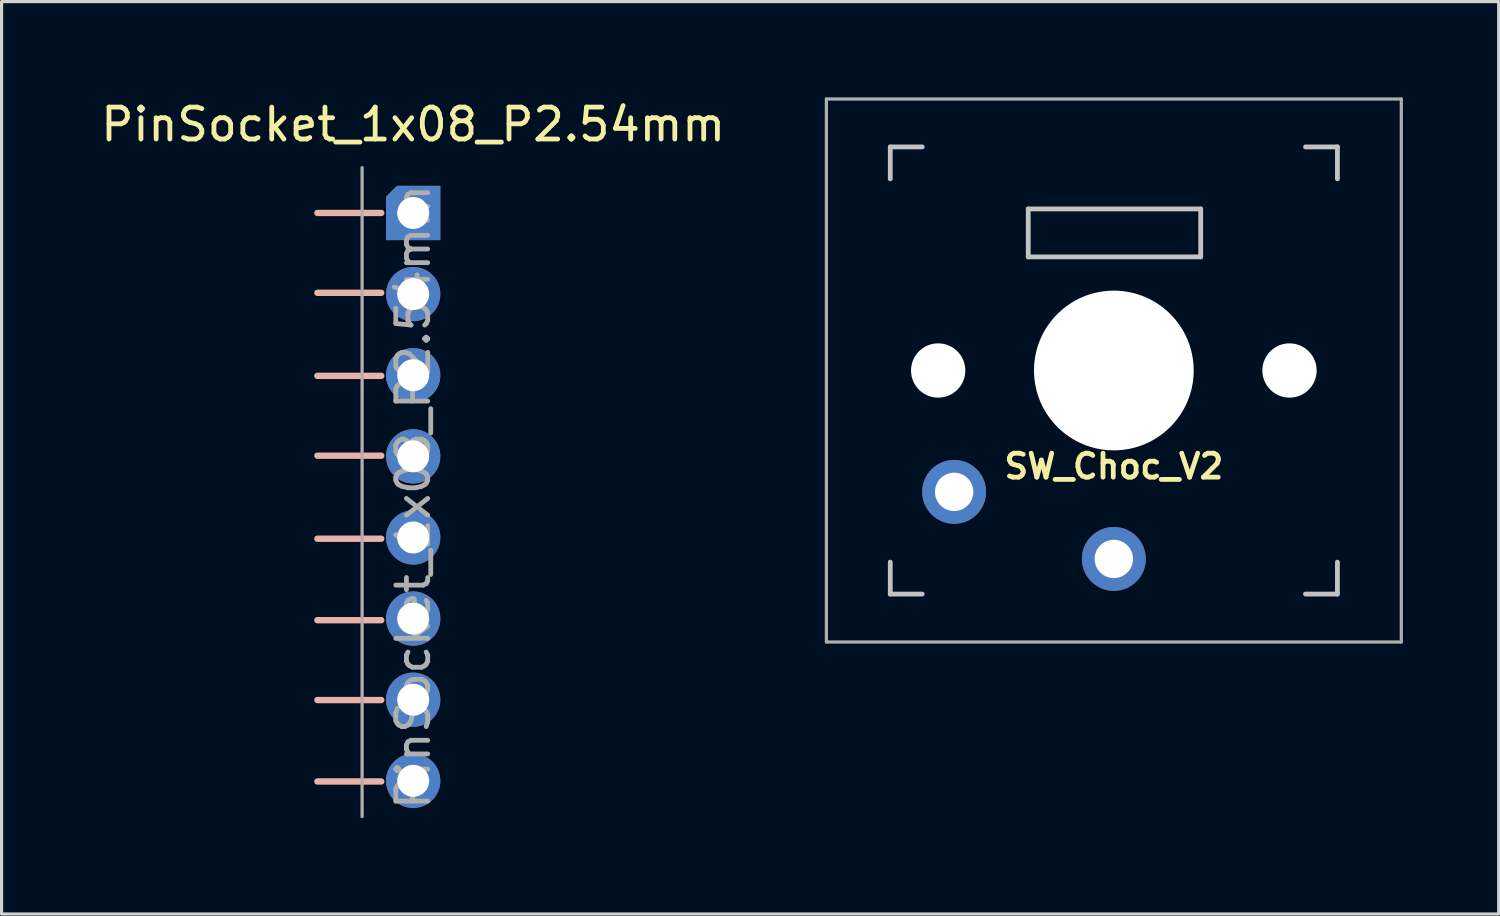
<source format=kicad_pcb>
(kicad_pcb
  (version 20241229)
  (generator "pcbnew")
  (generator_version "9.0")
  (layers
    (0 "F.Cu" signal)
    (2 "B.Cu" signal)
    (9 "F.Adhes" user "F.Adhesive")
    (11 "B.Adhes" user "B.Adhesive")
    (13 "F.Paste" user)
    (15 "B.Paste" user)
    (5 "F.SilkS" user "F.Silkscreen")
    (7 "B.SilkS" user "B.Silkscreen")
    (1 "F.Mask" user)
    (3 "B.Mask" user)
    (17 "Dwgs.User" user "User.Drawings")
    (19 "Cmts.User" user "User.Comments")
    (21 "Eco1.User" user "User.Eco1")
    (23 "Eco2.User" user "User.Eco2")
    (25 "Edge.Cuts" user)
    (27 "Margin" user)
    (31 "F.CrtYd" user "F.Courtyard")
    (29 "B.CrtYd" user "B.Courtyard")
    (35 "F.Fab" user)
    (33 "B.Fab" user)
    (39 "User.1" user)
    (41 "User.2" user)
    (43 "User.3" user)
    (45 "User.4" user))
  (footprint "SW_Choc_V2"
    (layer "F.Cu")
    (at 31.824 8.55)
    (property "Reference" "SW_Choc_V2" (at 0 3 180) (layer "F.SilkS") (effects (font (size 0.75 0.75) (thickness 0.15))))
    (attr through_hole)
    (fp_line (start -7 -7) (end -7 -6) (stroke (width 0.15) (type solid)) (layer "Dwgs.User"))
    (fp_line (start -7 -7) (end -6 -7) (stroke (width 0.15) (type solid)) (layer "Dwgs.User"))
    (fp_line (start -7 7) (end -7 6) (stroke (width 0.15) (type solid)) (layer "Dwgs.User"))
    (fp_line (start -6 7) (end -7 7) (stroke (width 0.15) (type solid)) (layer "Dwgs.User"))
    (fp_line (start -2.68 -5.058) (end -2.68 -3.558) (stroke (width 0.15) (type solid)) (layer "Dwgs.User"))
    (fp_line (start -2.68 -3.558) (end 2.72 -3.558) (stroke (width 0.15) (type solid)) (layer "Dwgs.User"))
    (fp_line (start 2.72 -5.058) (end -2.68 -5.058) (stroke (width 0.15) (type solid)) (layer "Dwgs.User"))
    (fp_line (start 2.72 -3.558) (end 2.72 -5.058) (stroke (width 0.15) (type solid)) (layer "Dwgs.User"))
    (fp_line (start 6 -7) (end 7 -7) (stroke (width 0.15) (type solid)) (layer "Dwgs.User"))
    (fp_line (start 7 -7) (end 7 -6) (stroke (width 0.15) (type solid)) (layer "Dwgs.User"))
    (fp_line (start 7 6) (end 7 7) (stroke (width 0.15) (type solid)) (layer "Dwgs.User"))
    (fp_line (start 7 7) (end 6 7) (stroke (width 0.15) (type solid)) (layer "Dwgs.User"))
    (fp_line (start -9 -8.5) (end 9 -8.5) (stroke (width 0.1) (type solid)) (layer "F.Fab"))
    (fp_line (start -9 8.5) (end -9 -8.5) (stroke (width 0.1) (type solid)) (layer "F.Fab"))
    (fp_line (start 9 -8.5) (end 9 8.5) (stroke (width 0.1) (type solid)) (layer "F.Fab"))
    (fp_line (start 9 8.5) (end -9 8.5) (stroke (width 0.1) (type solid)) (layer "F.Fab"))
    (pad "" np_thru_hole circle (at -5.5 0 180) (size 1.7 1.7) (drill 1.7) (layers "*.Cu" "*.Mask"))
    (pad "" smd circle (at -5.5 0 180) (size 1.7 1.7) (layers "B.Adhes"))
    (pad "" smd circle (at -5 3.8 180) (size 2.4 2.4) (layers "B.Adhes"))
    (pad "" smd oval (at 0 -4.318 180) (size 5.7 2.4) (layers "B.Adhes"))
    (pad "" np_thru_hole circle (at 0 0 180) (size 5 5) (drill 5) (layers "*.Cu" "*.Mask"))
    (pad "" smd circle (at 0 0 180) (size 5 5) (layers "B.Adhes"))
    (pad "" smd circle (at 0 5.9 270) (size 2.4 2.4) (layers "B.Adhes"))
    (pad "" np_thru_hole circle (at 5.5 0 180) (size 1.7 1.7) (drill 1.7) (layers "*.Cu" "*.Mask"))
    (pad "" smd circle (at 5.5 0 180) (size 1.7 1.7) (layers "B.Adhes"))
    (pad "1" thru_hole circle (at 0 5.9 270) (size 2 2) (drill 1.2) (layers "*.Cu" "*.Mask"))
    (pad "2" thru_hole circle (at -5 3.8 180) (size 2 2) (drill 1.2) (layers "*.Cu" "*.Mask")))
  (footprint "PinSocket_1x08_P2.54mm"
    (layer "F.Cu")
    (at 9.887 3.618)
    (property "Reference" "PinSocket_1x08_P2.54mm" (at 0 -2.77 0) (layer "F.SilkS") (effects (font (size 1 1) (thickness 0.15))))
    (attr through_hole)
    (fp_line (start -1 0) (end -3 0) (stroke (width 0.2) (type default)) (layer "B.SilkS"))
    (fp_line (start -1 2.5) (end -3 2.5) (stroke (width 0.2) (type default)) (layer "B.SilkS"))
    (fp_line (start -1 5.1) (end -3 5.1) (stroke (width 0.2) (type default)) (layer "B.SilkS"))
    (fp_line (start -1 7.6) (end -3 7.6) (stroke (width 0.2) (type default)) (layer "B.SilkS"))
    (fp_line (start -1 10.2) (end -3 10.2) (stroke (width 0.2) (type default)) (layer "B.SilkS"))
    (fp_line (start -1 12.75) (end -3 12.75) (stroke (width 0.2) (type default)) (layer "B.SilkS"))
    (fp_line (start -1 15.25) (end -3 15.25) (stroke (width 0.2) (type default)) (layer "B.SilkS"))
    (fp_line (start -1 17.8) (end -3 17.8) (stroke (width 0.2) (type default)) (layer "B.SilkS"))
    (fp_line (start -1.6 18.9) (end -1.6 -1.42) (stroke (width 0.1) (type solid)) (layer "F.Fab"))
    (fp_text user "${REFERENCE}" (at 0 8.89 90) (layer "F.Fab") (effects (font (size 1 1) (thickness 0.15))))
    (pad "1" thru_hole roundrect (at 0 0) (size 1.7 1.7) (drill 1) (layers "*.Cu" "*.Mask") (roundrect_rratio 0) (chamfer_ratio 0.2) (chamfer top_left))
    (pad "2" thru_hole oval (at 0 2.54) (size 1.7 1.7) (drill 1) (layers "*.Cu" "*.Mask"))
    (pad "3" thru_hole oval (at 0 5.08) (size 1.7 1.7) (drill 1) (layers "*.Cu" "*.Mask"))
    (pad "4" thru_hole oval (at 0 7.62) (size 1.7 1.7) (drill 1) (layers "*.Cu" "*.Mask"))
    (pad "5" thru_hole oval (at 0 10.16) (size 1.7 1.7) (drill 1) (layers "*.Cu" "*.Mask"))
    (pad "6" thru_hole oval (at 0 12.7) (size 1.7 1.7) (drill 1) (layers "*.Cu" "*.Mask"))
    (pad "7" thru_hole oval (at 0 15.24) (size 1.7 1.7) (drill 1) (layers "*.Cu" "*.Mask"))
    (pad "8" thru_hole oval (at 0 17.78) (size 1.7 1.7) (drill 1) (layers "*.Cu" "*.Mask")))
  (gr_rect
    (start -3 -3)
    (end 43.874 25.568)
    (stroke (width 0.1) (type default))
    (fill no)
    (layer "Edge.Cuts")))
</source>
